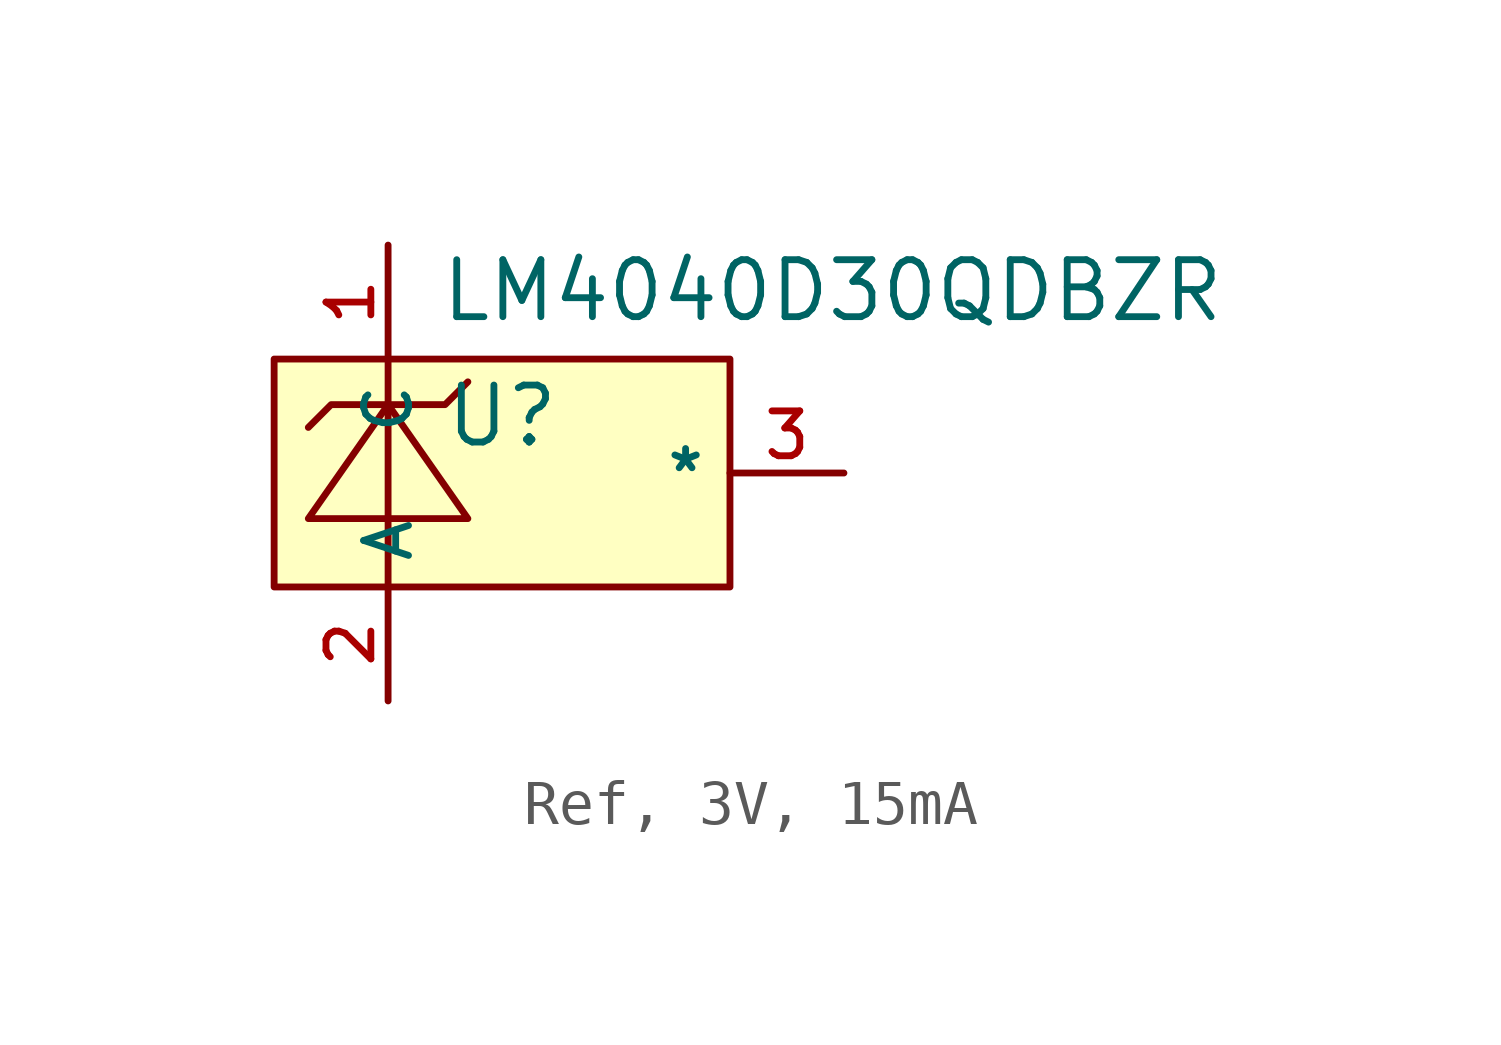
<source format=kicad_sym>
(kicad_symbol_lib
  (version 20231120)
  (generator "CDFER_Archive_Tool")
  (generator_version "0.0")
  (symbol "Ref, 3V, 15mA"
    (property "Reference" "U"
      (at 0 1.27 0)
      (effects (font (size 1.27 1.27))))
    (property "Value" "LM4040D30QDBZR"
      (at 7.366 4.064 0)
      (effects (font (size 1.27 1.27))))
    (symbol "Ref, 3V, 15mA_0_1"
      (rectangle (start -5.08 2.54) (end 5.08 -2.54) (stroke (width 0) (type default)) (fill (type background)))
      (polyline (pts (xy -2.54 2.54) (xy -2.54 -2.54)) (stroke (width 0) (type default)) (fill (type none)))
      (polyline (pts (xy -0.762 -1.016) (xy -2.54 1.524) (xy -4.318 -1.016) (xy -0.762 -1.016)) (stroke (width 0) (type default)) (fill (type background)))
      (polyline (pts (xy -0.762 2.032) (xy -1.27 1.524) (xy -3.81 1.524) (xy -4.318 1.016)) (stroke (width 0) (type default)) (fill (type none)))
      (pin unspecified line (at -2.54 5.08 270) (length 2.54) (name "C" (effects (font (size 1 1)))) (number "1" (effects (font (size 1 1)))))
      (pin unspecified line (at -2.54 -5.08 90) (length 2.54) (name "A" (effects (font (size 1 1)))) (number "2" (effects (font (size 1 1)))))
      (pin unspecified line (at 7.62 0 180) (length 2.54) (name "*" (effects (font (size 1 1)))) (number "3" (effects (font (size 1 1))))))))
</source>
